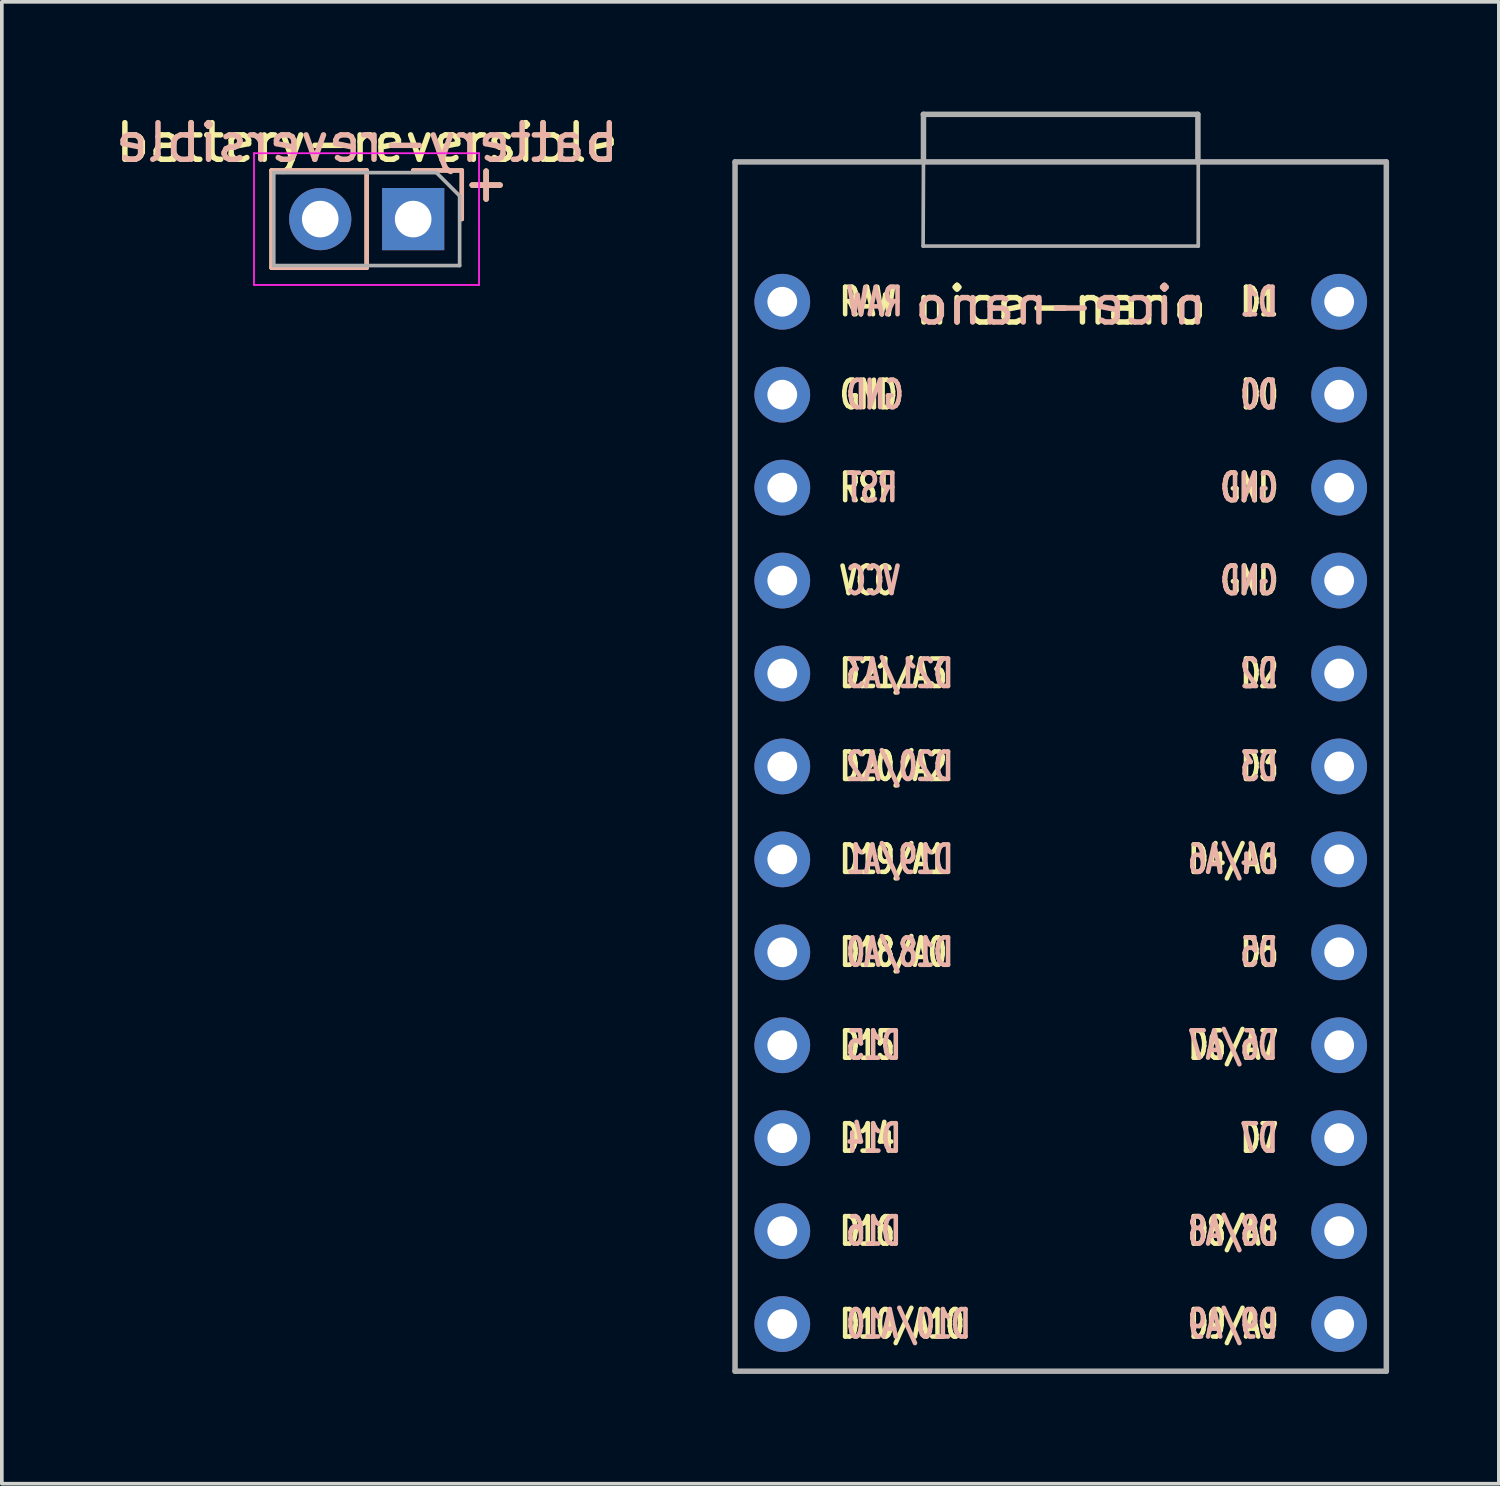
<source format=kicad_pcb>
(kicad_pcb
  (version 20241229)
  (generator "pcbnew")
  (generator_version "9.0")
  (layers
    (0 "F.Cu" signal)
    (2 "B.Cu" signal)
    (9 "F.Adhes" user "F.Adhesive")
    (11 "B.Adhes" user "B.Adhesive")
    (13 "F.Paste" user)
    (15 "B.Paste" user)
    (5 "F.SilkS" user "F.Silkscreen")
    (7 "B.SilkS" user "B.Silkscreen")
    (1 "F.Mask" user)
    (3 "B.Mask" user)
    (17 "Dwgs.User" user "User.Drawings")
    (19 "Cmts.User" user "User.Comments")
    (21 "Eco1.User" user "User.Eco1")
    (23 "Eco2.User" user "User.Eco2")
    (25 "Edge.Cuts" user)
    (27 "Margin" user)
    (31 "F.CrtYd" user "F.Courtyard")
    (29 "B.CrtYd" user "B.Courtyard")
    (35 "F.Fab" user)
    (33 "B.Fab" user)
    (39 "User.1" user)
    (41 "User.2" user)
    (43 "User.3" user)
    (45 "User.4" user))
  (footprint "battery-reversible"
    (layer "F.Cu")
    (at 7.382 1.238)
    (property "Reference" "battery-reversible" (at -0.4 -0.39 0) (unlocked yes) (layer "F.SilkS") (effects (font (size 1 1) (thickness 0.15))))
    (attr through_hole)
    (fp_line (start -3.01 0.37) (end -3.01 3.03) (stroke (width 0.12) (type solid)) (layer "F.SilkS"))
    (fp_line (start -0.41 0.37) (end -3.01 0.37) (stroke (width 0.12) (type solid)) (layer "F.SilkS"))
    (fp_line (start -0.41 0.37) (end -0.41 3.03) (stroke (width 0.12) (type solid)) (layer "F.SilkS"))
    (fp_line (start -0.41 3.03) (end -3.01 3.03) (stroke (width 0.12) (type solid)) (layer "F.SilkS"))
    (fp_line (start 0.86 0.37) (end 2.19 0.37) (stroke (width 0.12) (type solid)) (layer "F.SilkS"))
    (fp_line (start 2.19 0.37) (end 2.19 1.7) (stroke (width 0.12) (type solid)) (layer "F.SilkS"))
    (fp_line (start -3.01 0.37) (end -0.41 0.37) (stroke (width 0.12) (type solid)) (layer "B.SilkS"))
    (fp_line (start -3.01 3.03) (end -3.01 0.37) (stroke (width 0.12) (type solid)) (layer "B.SilkS"))
    (fp_line (start -0.41 0.37) (end -0.41 3.03) (stroke (width 0.12) (type solid)) (layer "B.SilkS"))
    (fp_line (start -0.41 3.03) (end -3.01 3.03) (stroke (width 0.12) (type solid)) (layer "B.SilkS"))
    (fp_line (start 2.19 0.37) (end 0.86 0.37) (stroke (width 0.12) (type solid)) (layer "B.SilkS"))
    (fp_line (start 2.19 1.7) (end 2.19 0.37) (stroke (width 0.12) (type solid)) (layer "B.SilkS"))
    (fp_line (start -3.49 -0.1) (end -3.49 3.5) (stroke (width 0.05) (type solid)) (layer "F.CrtYd"))
    (fp_line (start -3.49 3.5) (end 2.66 3.5) (stroke (width 0.05) (type solid)) (layer "F.CrtYd"))
    (fp_line (start 2.66 -0.1) (end -3.49 -0.1) (stroke (width 0.05) (type solid)) (layer "F.CrtYd"))
    (fp_line (start 2.66 3.5) (end 2.66 -0.1) (stroke (width 0.05) (type solid)) (layer "F.CrtYd"))
    (fp_line (start -2.95 0.43) (end 1.495 0.43) (stroke (width 0.1) (type solid)) (layer "F.Fab"))
    (fp_line (start -2.95 2.97) (end -2.95 0.43) (stroke (width 0.1) (type solid)) (layer "F.Fab"))
    (fp_line (start 1.495 0.43) (end 2.13 1.065) (stroke (width 0.1) (type solid)) (layer "F.Fab"))
    (fp_line (start 2.13 1.065) (end 2.13 2.97) (stroke (width 0.1) (type solid)) (layer "F.Fab"))
    (fp_line (start 2.13 2.97) (end -2.95 2.97) (stroke (width 0.1) (type solid)) (layer "F.Fab"))
    (fp_text user "+" (at 2.78 0.77 270) (layer "F.SilkS") (effects (font (size 1 1) (thickness 0.15))))
    (fp_text user "${REFERENCE}" (at -0.4 -0.39 0) (unlocked yes) (layer "B.SilkS") (effects (font (size 1 1) (thickness 0.15)) (justify mirror)))
    (fp_text user "+" (at 2.78 0.77 270) (layer "B.SilkS") (effects (font (size 1 1) (thickness 0.15)) (justify mirror)))
    (pad "1" thru_hole rect (at 0.86 1.7 270) (size 1.7 1.7) (drill 1) (layers "*.Cu" "*.Mask"))
    (pad "2" thru_hole oval (at -1.68 1.7 270) (size 1.7 1.7) (drill 1) (layers "*.Cu" "*.Mask")))
  (footprint "nice-nano"
    (layer "F.Cu")
    (at 25.939 19.675)
    (property "Reference" "nice-nano" (at 0 -14.38 0) (unlocked yes) (layer "F.SilkS") (effects (font (size 1 1) (thickness 0.15))))
    (attr through_hole)
    (fp_line (start -8.9 -18.3) (end -3.75 -18.3) (stroke (width 0.15) (type solid)) (layer "F.Fab"))
    (fp_line (start -8.9 14.75) (end -8.9 -18.3) (stroke (width 0.15) (type solid)) (layer "F.Fab"))
    (fp_line (start -3.76 -16) (end 3.76 -16) (stroke (width 0.1) (type solid)) (layer "F.Fab"))
    (fp_line (start -3.755 -19.6) (end 3.745 -19.6) (stroke (width 0.15) (type solid)) (layer "F.Fab"))
    (fp_line (start -3.75 -19.6) (end -3.75 -18.299) (stroke (width 0.15) (type solid)) (layer "F.Fab"))
    (fp_line (start -3.75 -18.3) (end -3.76 -16) (stroke (width 0.1) (type solid)) (layer "F.Fab"))
    (fp_line (start -3.75 -18.3) (end 3.75 -18.3) (stroke (width 0.15) (type solid)) (layer "F.Fab"))
    (fp_line (start 3.75 -19.6) (end 3.75 -18.3) (stroke (width 0.15) (type solid)) (layer "F.Fab"))
    (fp_line (start 3.76 -18.3) (end 8.9 -18.3) (stroke (width 0.15) (type solid)) (layer "F.Fab"))
    (fp_line (start 3.76 -16) (end 3.76 -18.3) (stroke (width 0.1) (type solid)) (layer "F.Fab"))
    (fp_line (start 8.9 -18.3) (end 8.9 14.75) (stroke (width 0.15) (type solid)) (layer "F.Fab"))
    (fp_line (start 8.9 14.75) (end -8.9 14.75) (stroke (width 0.15) (type solid)) (layer "F.Fab"))
    (fp_text user "D14" (at -5.284 8.382 0) (layer "F.SilkS") (effects (font (size 0.75 0.5) (thickness 0.125))))
    (fp_text user "D16" (at -5.284 10.922 0) (layer "F.SilkS") (effects (font (size 0.75 0.5) (thickness 0.125))))
    (fp_text user "D9/A9" (at 4.72 13.462 0) (layer "F.SilkS") (effects (font (size 0.75 0.5) (thickness 0.125))))
    (fp_text user "D0" (at 5.434 -11.938 0) (layer "F.SilkS") (effects (font (size 0.75 0.5) (thickness 0.125))))
    (fp_text user "D10/A10" (at -4.331 13.462 0) (layer "F.SilkS") (effects (font (size 0.75 0.5) (thickness 0.125))))
    (fp_text user "GND" (at -5.248 -11.938 0) (layer "F.SilkS") (effects (font (size 0.75 0.5) (thickness 0.125))))
    (fp_text user "D3" (at 5.434 -1.778 0) (layer "F.SilkS") (effects (font (size 0.75 0.5) (thickness 0.125))))
    (fp_text user "D4/A6" (at 4.72 0.762 0) (layer "F.SilkS") (effects (font (size 0.75 0.5) (thickness 0.125))))
    (fp_text user "D19/A1" (at -4.57 0.762 0) (layer "F.SilkS") (effects (font (size 0.75 0.5) (thickness 0.125))))
    (fp_text user "D18/A0" (at -4.57 3.302 0) (layer "F.SilkS") (effects (font (size 0.75 0.5) (thickness 0.125))))
    (fp_text user "D7" (at 5.434 8.382 0) (layer "F.SilkS") (effects (font (size 0.75 0.5) (thickness 0.125))))
    (fp_text user "VCC" (at -5.296 -6.858 0) (layer "F.SilkS") (effects (font (size 0.75 0.5) (thickness 0.125))))
    (fp_text user "D15" (at -5.284 5.842 0) (layer "F.SilkS") (effects (font (size 0.75 0.5) (thickness 0.125))))
    (fp_text user "D6/A7" (at 4.72 5.842 0) (layer "F.SilkS") (effects (font (size 0.75 0.5) (thickness 0.125))))
    (fp_text user "GND" (at 5.16 -6.858 0) (layer "F.SilkS") (effects (font (size 0.75 0.5) (thickness 0.125))))
    (fp_text user "D8/A8" (at 4.72 10.922 0) (layer "F.SilkS") (effects (font (size 0.75 0.5) (thickness 0.125))))
    (fp_text user "D21/A3" (at -4.57 -4.318 0) (layer "F.SilkS") (effects (font (size 0.75 0.5) (thickness 0.125))))
    (fp_text user "D5" (at 5.434 3.302 0) (layer "F.SilkS") (effects (font (size 0.75 0.5) (thickness 0.125))))
    (fp_text user "RST" (at -5.331 -9.398 0) (layer "F.SilkS") (effects (font (size 0.75 0.5) (thickness 0.125))))
    (fp_text user "GND" (at 5.16 -9.398 0) (layer "F.SilkS") (effects (font (size 0.75 0.5) (thickness 0.125))))
    (fp_text user "D20/A2" (at -4.57 -1.778 0) (layer "F.SilkS") (effects (font (size 0.75 0.5) (thickness 0.125))))
    (fp_text user "D2" (at 5.434 -4.318 0) (layer "F.SilkS") (effects (font (size 0.75 0.5) (thickness 0.125))))
    (fp_text user "D1" (at 5.434 -14.478 0) (layer "F.SilkS") (effects (font (size 0.75 0.5) (thickness 0.125))))
    (fp_text user "RAW" (at -5.26 -14.478 0) (layer "F.SilkS") (effects (font (size 0.75 0.5) (thickness 0.125))))
    (fp_text user "RAW" (at -5.09 -14.478 0) (unlocked yes) (layer "B.SilkS") (effects (font (size 0.75 0.5) (thickness 0.125)) (justify mirror)))
    (fp_text user "D16" (at -5.114 10.922 0) (layer "B.SilkS") (effects (font (size 0.75 0.5) (thickness 0.125)) (justify mirror)))
    (fp_text user "GND" (at 5.146 -6.858 0) (layer "B.SilkS") (effects (font (size 0.75 0.5) (thickness 0.125)) (justify mirror)))
    (fp_text user "VCC" (at -5.126 -6.858 0) (layer "B.SilkS") (effects (font (size 0.75 0.5) (thickness 0.125)) (justify mirror)))
    (fp_text user "D20/A2" (at -4.4 -1.778 0) (layer "B.SilkS") (effects (font (size 0.75 0.5) (thickness 0.125)) (justify mirror)))
    (fp_text user "D9/A9" (at 4.706 13.462 0) (layer "B.SilkS") (effects (font (size 0.75 0.5) (thickness 0.125)) (justify mirror)))
    (fp_text user "${REFERENCE}" (at 0 -14.38 0) (unlocked yes) (layer "B.SilkS") (effects (font (size 1 1) (thickness 0.15)) (justify mirror)))
    (fp_text user "D6/A7" (at 4.706 5.842 0) (layer "B.SilkS") (effects (font (size 0.75 0.5) (thickness 0.125)) (justify mirror)))
    (fp_text user "D4/A6" (at 4.706 0.762 0) (layer "B.SilkS") (effects (font (size 0.75 0.5) (thickness 0.125)) (justify mirror)))
    (fp_text user "D18/A0" (at -4.4 3.302 0) (layer "B.SilkS") (effects (font (size 0.75 0.5) (thickness 0.125)) (justify mirror)))
    (fp_text user "D21/A3" (at -4.4 -4.318 0) (layer "B.SilkS") (effects (font (size 0.75 0.5) (thickness 0.125)) (justify mirror)))
    (fp_text user "D3" (at 5.42 -1.778 0) (layer "B.SilkS") (effects (font (size 0.75 0.5) (thickness 0.125)) (justify mirror)))
    (fp_text user "D5" (at 5.42 3.302 0) (layer "B.SilkS") (effects (font (size 0.75 0.5) (thickness 0.125)) (justify mirror)))
    (fp_text user "D1" (at 5.42 -14.478 0) (layer "B.SilkS") (effects (font (size 0.75 0.5) (thickness 0.125)) (justify mirror)))
    (fp_text user "GND" (at -5.078 -11.938 0) (layer "B.SilkS") (effects (font (size 0.75 0.5) (thickness 0.125)) (justify mirror)))
    (fp_text user "D19/A1" (at -4.4 0.762 0) (layer "B.SilkS") (effects (font (size 0.75 0.5) (thickness 0.125)) (justify mirror)))
    (fp_text user "D7" (at 5.42 8.382 0) (layer "B.SilkS") (effects (font (size 0.75 0.5) (thickness 0.125)) (justify mirror)))
    (fp_text user "GND" (at 5.146 -9.398 0) (layer "B.SilkS") (effects (font (size 0.75 0.5) (thickness 0.125)) (justify mirror)))
    (fp_text user "D10/A10" (at -4.161 13.462 0) (layer "B.SilkS") (effects (font (size 0.75 0.5) (thickness 0.125)) (justify mirror)))
    (fp_text user "D8/A8" (at 4.706 10.922 0) (layer "B.SilkS") (effects (font (size 0.75 0.5) (thickness 0.125)) (justify mirror)))
    (fp_text user "D14" (at -5.114 8.382 0) (layer "B.SilkS") (effects (font (size 0.75 0.5) (thickness 0.125)) (justify mirror)))
    (fp_text user "RST" (at -5.161 -9.398 0) (layer "B.SilkS") (effects (font (size 0.75 0.5) (thickness 0.125)) (justify mirror)))
    (fp_text user "D15" (at -5.114 5.842 0) (layer "B.SilkS") (effects (font (size 0.75 0.5) (thickness 0.125)) (justify mirror)))
    (fp_text user "D2" (at 5.42 -4.318 0) (layer "B.SilkS") (effects (font (size 0.75 0.5) (thickness 0.125)) (justify mirror)))
    (fp_text user "D0" (at 5.42 -11.938 0) (layer "B.SilkS") (effects (font (size 0.75 0.5) (thickness 0.125)) (justify mirror)))
    (pad "1" thru_hole circle (at 7.611 -14.478) (size 1.524 1.524) (drill 0.813) (layers "*.Cu" "*.Mask"))
    (pad "2" thru_hole circle (at 7.611 -11.938) (size 1.524 1.524) (drill 0.813) (layers "*.Cu" "*.Mask"))
    (pad "3" thru_hole circle (at 7.611 -9.398) (size 1.524 1.524) (drill 0.813) (layers "*.Cu" "*.Mask"))
    (pad "4" thru_hole circle (at 7.611 -6.858) (size 1.524 1.524) (drill 0.813) (layers "*.Cu" "*.Mask"))
    (pad "5" thru_hole circle (at 7.611 -4.318) (size 1.524 1.524) (drill 0.813) (layers "*.Cu" "*.Mask"))
    (pad "6" thru_hole circle (at 7.611 -1.778) (size 1.524 1.524) (drill 0.813) (layers "*.Cu" "*.Mask"))
    (pad "7" thru_hole circle (at 7.611 0.762) (size 1.524 1.524) (drill 0.813) (layers "*.Cu" "*.Mask"))
    (pad "8" thru_hole circle (at 7.611 3.302) (size 1.524 1.524) (drill 0.813) (layers "*.Cu" "*.Mask"))
    (pad "9" thru_hole circle (at 7.611 5.842) (size 1.524 1.524) (drill 0.813) (layers "*.Cu" "*.Mask"))
    (pad "10" thru_hole circle (at 7.611 8.382) (size 1.524 1.524) (drill 0.813) (layers "*.Cu" "*.Mask"))
    (pad "11" thru_hole circle (at 7.611 10.922) (size 1.524 1.524) (drill 0.813) (layers "*.Cu" "*.Mask"))
    (pad "12" thru_hole circle (at 7.611 13.462) (size 1.524 1.524) (drill 0.813) (layers "*.Cu" "*.Mask"))
    (pad "13" thru_hole circle (at -7.609 13.462) (size 1.524 1.524) (drill 0.813) (layers "*.Cu" "*.Mask"))
    (pad "14" thru_hole circle (at -7.609 10.922) (size 1.524 1.524) (drill 0.813) (layers "*.Cu" "*.Mask"))
    (pad "15" thru_hole circle (at -7.609 8.382) (size 1.524 1.524) (drill 0.813) (layers "*.Cu" "*.Mask"))
    (pad "16" thru_hole circle (at -7.609 5.842) (size 1.524 1.524) (drill 0.813) (layers "*.Cu" "*.Mask"))
    (pad "17" thru_hole circle (at -7.609 3.302) (size 1.524 1.524) (drill 0.813) (layers "*.Cu" "*.Mask"))
    (pad "18" thru_hole circle (at -7.609 0.762) (size 1.524 1.524) (drill 0.813) (layers "*.Cu" "*.Mask"))
    (pad "19" thru_hole circle (at -7.609 -1.778) (size 1.524 1.524) (drill 0.813) (layers "*.Cu" "*.Mask"))
    (pad "20" thru_hole circle (at -7.609 -4.318) (size 1.524 1.524) (drill 0.813) (layers "*.Cu" "*.Mask"))
    (pad "21" thru_hole circle (at -7.609 -6.858) (size 1.524 1.524) (drill 0.813) (layers "*.Cu" "*.Mask"))
    (pad "22" thru_hole circle (at -7.609 -9.398) (size 1.524 1.524) (drill 0.813) (layers "*.Cu" "*.Mask"))
    (pad "23" thru_hole circle (at -7.609 -11.938) (size 1.524 1.524) (drill 0.813) (layers "*.Cu" "*.Mask"))
    (pad "24" thru_hole circle (at -7.609 -14.478) (size 1.524 1.524) (drill 0.813) (layers "*.Cu" "*.Mask")))
  (gr_rect
    (start -3 -3)
    (end 37.914 37.5)
    (stroke (width 0.1) (type default))
    (fill no)
    (layer "Edge.Cuts")))
</source>
